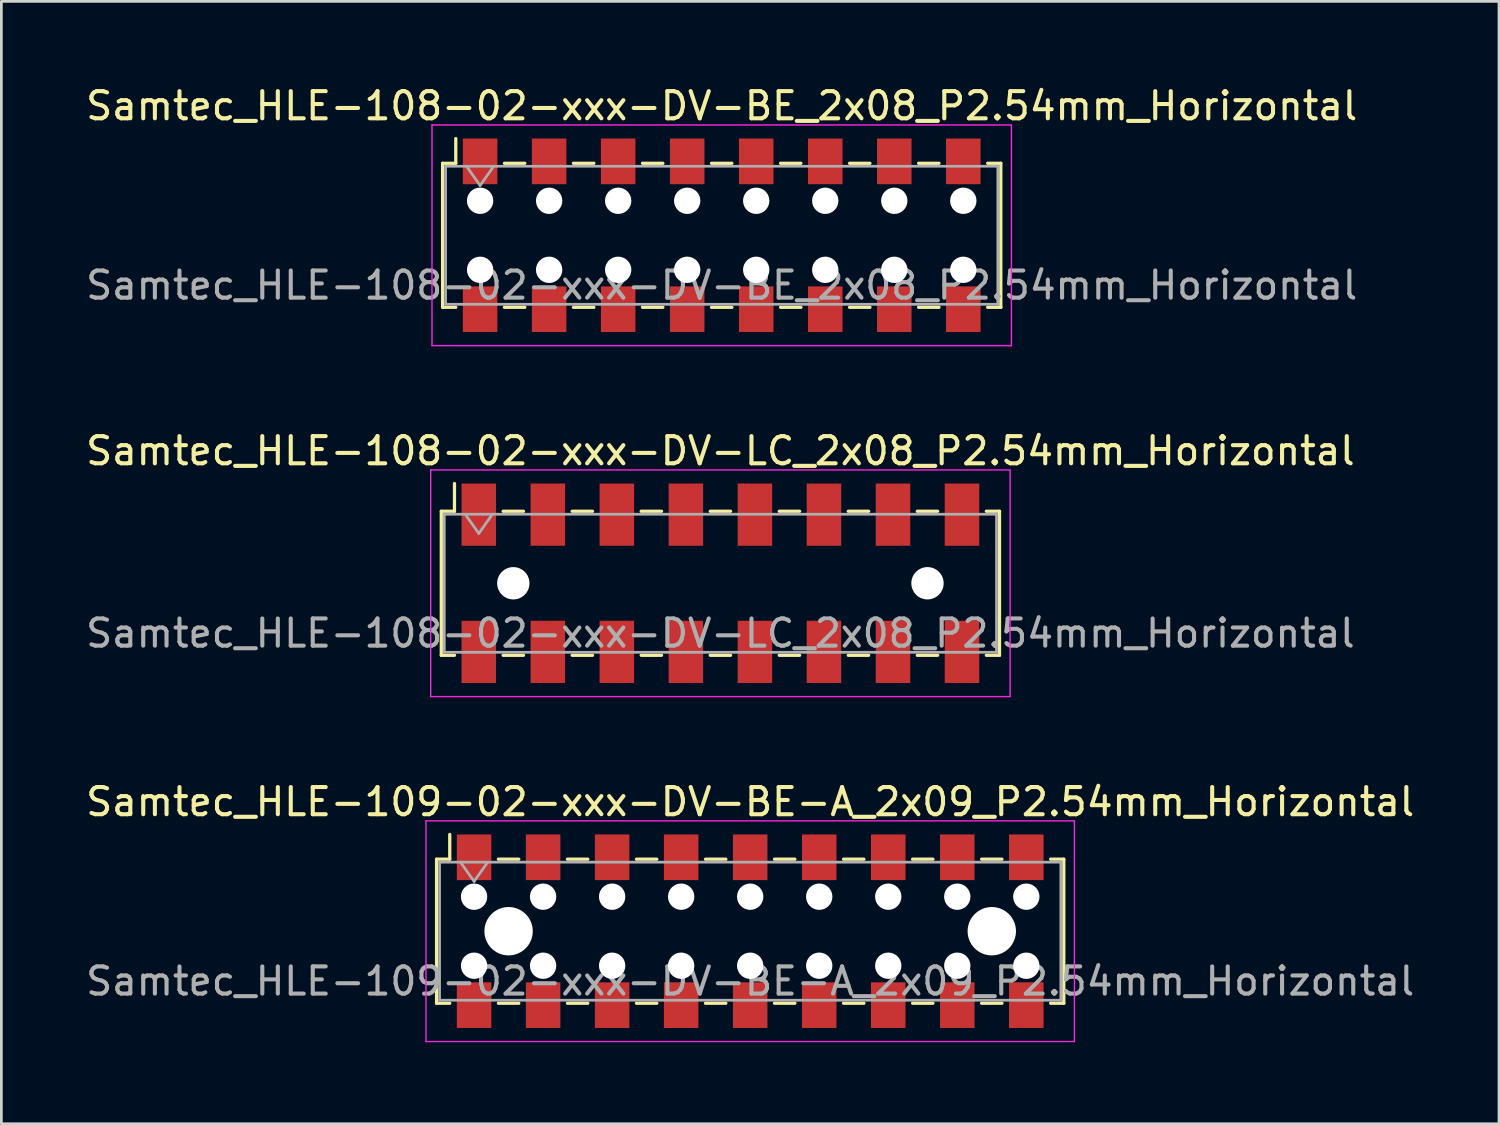
<source format=kicad_pcb>
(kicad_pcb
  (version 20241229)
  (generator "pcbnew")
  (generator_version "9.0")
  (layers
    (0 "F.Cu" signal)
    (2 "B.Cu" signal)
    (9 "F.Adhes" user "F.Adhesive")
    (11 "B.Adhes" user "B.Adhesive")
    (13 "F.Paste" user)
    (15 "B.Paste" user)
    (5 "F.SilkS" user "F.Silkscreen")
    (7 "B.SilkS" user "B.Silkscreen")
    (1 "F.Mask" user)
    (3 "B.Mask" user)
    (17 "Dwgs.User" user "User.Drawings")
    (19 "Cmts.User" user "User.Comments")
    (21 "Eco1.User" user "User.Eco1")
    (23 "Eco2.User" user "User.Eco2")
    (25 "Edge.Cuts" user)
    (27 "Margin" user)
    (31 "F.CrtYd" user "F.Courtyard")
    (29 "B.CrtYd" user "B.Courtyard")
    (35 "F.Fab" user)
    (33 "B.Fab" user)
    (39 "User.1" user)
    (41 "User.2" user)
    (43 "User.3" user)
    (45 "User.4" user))
  (footprint "Samtec_HLE-108-02-xxx-DV-BE_2x08_P2.54mm_Horizontal"
    (layer "F.Cu")
    (at 23.506 5.608)
    (property "Reference" "Samtec_HLE-108-02-xxx-DV-BE_2x08_P2.54mm_Horizontal" (at 0 -4.76 0) (layer "F.SilkS") (effects (font (size 1 1) (thickness 0.15))))
    (attr smd)
    (fp_line (start -10.27 -2.65) (end -10.27 2.65) (stroke (width 0.12) (type solid)) (layer "F.SilkS"))
    (fp_line (start -10.27 2.65) (end -9.785 2.65) (stroke (width 0.12) (type solid)) (layer "F.SilkS"))
    (fp_line (start -9.785 -3.56) (end -9.785 -2.65) (stroke (width 0.12) (type solid)) (layer "F.SilkS"))
    (fp_line (start -9.785 -2.65) (end -10.27 -2.65) (stroke (width 0.12) (type solid)) (layer "F.SilkS"))
    (fp_line (start -7.995 -2.65) (end -7.245 -2.65) (stroke (width 0.12) (type solid)) (layer "F.SilkS"))
    (fp_line (start -7.995 2.65) (end -7.245 2.65) (stroke (width 0.12) (type solid)) (layer "F.SilkS"))
    (fp_line (start -5.455 -2.65) (end -4.705 -2.65) (stroke (width 0.12) (type solid)) (layer "F.SilkS"))
    (fp_line (start -5.455 2.65) (end -4.705 2.65) (stroke (width 0.12) (type solid)) (layer "F.SilkS"))
    (fp_line (start -2.915 -2.65) (end -2.165 -2.65) (stroke (width 0.12) (type solid)) (layer "F.SilkS"))
    (fp_line (start -2.915 2.65) (end -2.165 2.65) (stroke (width 0.12) (type solid)) (layer "F.SilkS"))
    (fp_line (start -0.375 -2.65) (end 0.375 -2.65) (stroke (width 0.12) (type solid)) (layer "F.SilkS"))
    (fp_line (start -0.375 2.65) (end 0.375 2.65) (stroke (width 0.12) (type solid)) (layer "F.SilkS"))
    (fp_line (start 2.165 -2.65) (end 2.915 -2.65) (stroke (width 0.12) (type solid)) (layer "F.SilkS"))
    (fp_line (start 2.165 2.65) (end 2.915 2.65) (stroke (width 0.12) (type solid)) (layer "F.SilkS"))
    (fp_line (start 4.705 -2.65) (end 5.455 -2.65) (stroke (width 0.12) (type solid)) (layer "F.SilkS"))
    (fp_line (start 4.705 2.65) (end 5.455 2.65) (stroke (width 0.12) (type solid)) (layer "F.SilkS"))
    (fp_line (start 7.245 -2.65) (end 7.995 -2.65) (stroke (width 0.12) (type solid)) (layer "F.SilkS"))
    (fp_line (start 7.245 2.65) (end 7.995 2.65) (stroke (width 0.12) (type solid)) (layer "F.SilkS"))
    (fp_line (start 9.785 -2.65) (end 10.27 -2.65) (stroke (width 0.12) (type solid)) (layer "F.SilkS"))
    (fp_line (start 10.27 -2.65) (end 10.27 2.65) (stroke (width 0.12) (type solid)) (layer "F.SilkS"))
    (fp_line (start 10.27 2.65) (end 9.785 2.65) (stroke (width 0.12) (type solid)) (layer "F.SilkS"))
    (fp_line (start -10.66 -4.06) (end 10.66 -4.06) (stroke (width 0.05) (type solid)) (layer "F.CrtYd"))
    (fp_line (start -10.66 4.06) (end -10.66 -4.06) (stroke (width 0.05) (type solid)) (layer "F.CrtYd"))
    (fp_line (start 10.66 -4.06) (end 10.66 4.06) (stroke (width 0.05) (type solid)) (layer "F.CrtYd"))
    (fp_line (start 10.66 4.06) (end -10.66 4.06) (stroke (width 0.05) (type solid)) (layer "F.CrtYd"))
    (fp_line (start -10.16 -2.54) (end 10.16 -2.54) (stroke (width 0.1) (type solid)) (layer "F.Fab"))
    (fp_line (start -10.16 2.54) (end -10.16 -2.54) (stroke (width 0.1) (type solid)) (layer "F.Fab"))
    (fp_line (start -9.39 -2.54) (end -8.89 -1.833) (stroke (width 0.1) (type solid)) (layer "F.Fab"))
    (fp_line (start -8.89 -1.833) (end -8.39 -2.54) (stroke (width 0.1) (type solid)) (layer "F.Fab"))
    (fp_line (start 10.16 -2.54) (end 10.16 2.54) (stroke (width 0.1) (type solid)) (layer "F.Fab"))
    (fp_line (start 10.16 2.54) (end -10.16 2.54) (stroke (width 0.1) (type solid)) (layer "F.Fab"))
    (fp_text user "${REFERENCE}" (at 0 1.84 0) (layer "F.Fab") (effects (font (size 1 1) (thickness 0.15))))
    (pad "" np_thru_hole circle (at -8.89 -1.27) (size 0.97 0.97) (drill 0.97) (layers "*.Cu" "*.Mask"))
    (pad "" np_thru_hole circle (at -8.89 1.27) (size 0.97 0.97) (drill 0.97) (layers "*.Cu" "*.Mask"))
    (pad "" np_thru_hole circle (at -6.35 -1.27) (size 0.97 0.97) (drill 0.97) (layers "*.Cu" "*.Mask"))
    (pad "" np_thru_hole circle (at -6.35 1.27) (size 0.97 0.97) (drill 0.97) (layers "*.Cu" "*.Mask"))
    (pad "" np_thru_hole circle (at -3.81 -1.27) (size 0.97 0.97) (drill 0.97) (layers "*.Cu" "*.Mask"))
    (pad "" np_thru_hole circle (at -3.81 1.27) (size 0.97 0.97) (drill 0.97) (layers "*.Cu" "*.Mask"))
    (pad "" np_thru_hole circle (at -1.27 -1.27) (size 0.97 0.97) (drill 0.97) (layers "*.Cu" "*.Mask"))
    (pad "" np_thru_hole circle (at -1.27 1.27) (size 0.97 0.97) (drill 0.97) (layers "*.Cu" "*.Mask"))
    (pad "" np_thru_hole circle (at 1.27 -1.27) (size 0.97 0.97) (drill 0.97) (layers "*.Cu" "*.Mask"))
    (pad "" np_thru_hole circle (at 1.27 1.27) (size 0.97 0.97) (drill 0.97) (layers "*.Cu" "*.Mask"))
    (pad "" np_thru_hole circle (at 3.81 -1.27) (size 0.97 0.97) (drill 0.97) (layers "*.Cu" "*.Mask"))
    (pad "" np_thru_hole circle (at 3.81 1.27) (size 0.97 0.97) (drill 0.97) (layers "*.Cu" "*.Mask"))
    (pad "" np_thru_hole circle (at 6.35 -1.27) (size 0.97 0.97) (drill 0.97) (layers "*.Cu" "*.Mask"))
    (pad "" np_thru_hole circle (at 6.35 1.27) (size 0.97 0.97) (drill 0.97) (layers "*.Cu" "*.Mask"))
    (pad "" np_thru_hole circle (at 8.89 -1.27) (size 0.97 0.97) (drill 0.97) (layers "*.Cu" "*.Mask"))
    (pad "" np_thru_hole circle (at 8.89 1.27) (size 0.97 0.97) (drill 0.97) (layers "*.Cu" "*.Mask"))
    (pad "1" smd rect (at -8.89 -2.72) (size 1.27 1.68) (layers "F.Cu" "F.Mask" "F.Paste"))
    (pad "2" smd rect (at -8.89 2.72) (size 1.27 1.68) (layers "F.Cu" "F.Mask" "F.Paste"))
    (pad "3" smd rect (at -6.35 -2.72) (size 1.27 1.68) (layers "F.Cu" "F.Mask" "F.Paste"))
    (pad "4" smd rect (at -6.35 2.72) (size 1.27 1.68) (layers "F.Cu" "F.Mask" "F.Paste"))
    (pad "5" smd rect (at -3.81 -2.72) (size 1.27 1.68) (layers "F.Cu" "F.Mask" "F.Paste"))
    (pad "6" smd rect (at -3.81 2.72) (size 1.27 1.68) (layers "F.Cu" "F.Mask" "F.Paste"))
    (pad "7" smd rect (at -1.27 -2.72) (size 1.27 1.68) (layers "F.Cu" "F.Mask" "F.Paste"))
    (pad "8" smd rect (at -1.27 2.72) (size 1.27 1.68) (layers "F.Cu" "F.Mask" "F.Paste"))
    (pad "9" smd rect (at 1.27 -2.72) (size 1.27 1.68) (layers "F.Cu" "F.Mask" "F.Paste"))
    (pad "10" smd rect (at 1.27 2.72) (size 1.27 1.68) (layers "F.Cu" "F.Mask" "F.Paste"))
    (pad "11" smd rect (at 3.81 -2.72) (size 1.27 1.68) (layers "F.Cu" "F.Mask" "F.Paste"))
    (pad "12" smd rect (at 3.81 2.72) (size 1.27 1.68) (layers "F.Cu" "F.Mask" "F.Paste"))
    (pad "13" smd rect (at 6.35 -2.72) (size 1.27 1.68) (layers "F.Cu" "F.Mask" "F.Paste"))
    (pad "14" smd rect (at 6.35 2.72) (size 1.27 1.68) (layers "F.Cu" "F.Mask" "F.Paste"))
    (pad "15" smd rect (at 8.89 -2.72) (size 1.27 1.68) (layers "F.Cu" "F.Mask" "F.Paste"))
    (pad "16" smd rect (at 8.89 2.72) (size 1.27 1.68) (layers "F.Cu" "F.Mask" "F.Paste")))
  (footprint "Samtec_HLE-108-02-xxx-DV-LC_2x08_P2.54mm_Horizontal"
    (layer "F.Cu")
    (at 23.458 18.412)
    (property "Reference" "Samtec_HLE-108-02-xxx-DV-LC_2x08_P2.54mm_Horizontal" (at 0 -4.87 0) (layer "F.SilkS") (effects (font (size 1 1) (thickness 0.15))))
    (attr smd)
    (fp_line (start -10.27 -2.65) (end -10.27 2.65) (stroke (width 0.12) (type solid)) (layer "F.SilkS"))
    (fp_line (start -10.27 2.65) (end -9.785 2.65) (stroke (width 0.12) (type solid)) (layer "F.SilkS"))
    (fp_line (start -9.785 -3.67) (end -9.785 -2.65) (stroke (width 0.12) (type solid)) (layer "F.SilkS"))
    (fp_line (start -9.785 -2.65) (end -10.27 -2.65) (stroke (width 0.12) (type solid)) (layer "F.SilkS"))
    (fp_line (start -7.995 -2.65) (end -7.245 -2.65) (stroke (width 0.12) (type solid)) (layer "F.SilkS"))
    (fp_line (start -7.995 2.65) (end -7.245 2.65) (stroke (width 0.12) (type solid)) (layer "F.SilkS"))
    (fp_line (start -5.455 -2.65) (end -4.705 -2.65) (stroke (width 0.12) (type solid)) (layer "F.SilkS"))
    (fp_line (start -5.455 2.65) (end -4.705 2.65) (stroke (width 0.12) (type solid)) (layer "F.SilkS"))
    (fp_line (start -2.915 -2.65) (end -2.165 -2.65) (stroke (width 0.12) (type solid)) (layer "F.SilkS"))
    (fp_line (start -2.915 2.65) (end -2.165 2.65) (stroke (width 0.12) (type solid)) (layer "F.SilkS"))
    (fp_line (start -0.375 -2.65) (end 0.375 -2.65) (stroke (width 0.12) (type solid)) (layer "F.SilkS"))
    (fp_line (start -0.375 2.65) (end 0.375 2.65) (stroke (width 0.12) (type solid)) (layer "F.SilkS"))
    (fp_line (start 2.165 -2.65) (end 2.915 -2.65) (stroke (width 0.12) (type solid)) (layer "F.SilkS"))
    (fp_line (start 2.165 2.65) (end 2.915 2.65) (stroke (width 0.12) (type solid)) (layer "F.SilkS"))
    (fp_line (start 4.705 -2.65) (end 5.455 -2.65) (stroke (width 0.12) (type solid)) (layer "F.SilkS"))
    (fp_line (start 4.705 2.65) (end 5.455 2.65) (stroke (width 0.12) (type solid)) (layer "F.SilkS"))
    (fp_line (start 7.245 -2.65) (end 7.995 -2.65) (stroke (width 0.12) (type solid)) (layer "F.SilkS"))
    (fp_line (start 7.245 2.65) (end 7.995 2.65) (stroke (width 0.12) (type solid)) (layer "F.SilkS"))
    (fp_line (start 9.785 -2.65) (end 10.27 -2.65) (stroke (width 0.12) (type solid)) (layer "F.SilkS"))
    (fp_line (start 10.27 -2.65) (end 10.27 2.65) (stroke (width 0.12) (type solid)) (layer "F.SilkS"))
    (fp_line (start 10.27 2.65) (end 9.785 2.65) (stroke (width 0.12) (type solid)) (layer "F.SilkS"))
    (fp_line (start -10.66 -4.17) (end 10.66 -4.17) (stroke (width 0.05) (type solid)) (layer "F.CrtYd"))
    (fp_line (start -10.66 4.17) (end -10.66 -4.17) (stroke (width 0.05) (type solid)) (layer "F.CrtYd"))
    (fp_line (start 10.66 -4.17) (end 10.66 4.17) (stroke (width 0.05) (type solid)) (layer "F.CrtYd"))
    (fp_line (start 10.66 4.17) (end -10.66 4.17) (stroke (width 0.05) (type solid)) (layer "F.CrtYd"))
    (fp_line (start -10.16 -2.54) (end 10.16 -2.54) (stroke (width 0.1) (type solid)) (layer "F.Fab"))
    (fp_line (start -10.16 2.54) (end -10.16 -2.54) (stroke (width 0.1) (type solid)) (layer "F.Fab"))
    (fp_line (start -9.39 -2.54) (end -8.89 -1.833) (stroke (width 0.1) (type solid)) (layer "F.Fab"))
    (fp_line (start -8.89 -1.833) (end -8.39 -2.54) (stroke (width 0.1) (type solid)) (layer "F.Fab"))
    (fp_line (start 10.16 -2.54) (end 10.16 2.54) (stroke (width 0.1) (type solid)) (layer "F.Fab"))
    (fp_line (start 10.16 2.54) (end -10.16 2.54) (stroke (width 0.1) (type solid)) (layer "F.Fab"))
    (fp_text user "${REFERENCE}" (at 0 1.84 0) (layer "F.Fab") (effects (font (size 1 1) (thickness 0.15))))
    (pad "" np_thru_hole circle (at -7.62 0) (size 1.19 1.19) (drill 1.19) (layers "*.Cu" "*.Mask"))
    (pad "" np_thru_hole circle (at 7.62 0) (size 1.19 1.19) (drill 1.19) (layers "*.Cu" "*.Mask"))
    (pad "1" smd rect (at -8.89 -2.525) (size 1.27 2.29) (layers "F.Cu" "F.Mask" "F.Paste"))
    (pad "2" smd rect (at -8.89 2.525) (size 1.27 2.29) (layers "F.Cu" "F.Mask" "F.Paste"))
    (pad "3" smd rect (at -6.35 -2.525) (size 1.27 2.29) (layers "F.Cu" "F.Mask" "F.Paste"))
    (pad "4" smd rect (at -6.35 2.525) (size 1.27 2.29) (layers "F.Cu" "F.Mask" "F.Paste"))
    (pad "5" smd rect (at -3.81 -2.525) (size 1.27 2.29) (layers "F.Cu" "F.Mask" "F.Paste"))
    (pad "6" smd rect (at -3.81 2.525) (size 1.27 2.29) (layers "F.Cu" "F.Mask" "F.Paste"))
    (pad "7" smd rect (at -1.27 -2.525) (size 1.27 2.29) (layers "F.Cu" "F.Mask" "F.Paste"))
    (pad "8" smd rect (at -1.27 2.525) (size 1.27 2.29) (layers "F.Cu" "F.Mask" "F.Paste"))
    (pad "9" smd rect (at 1.27 -2.525) (size 1.27 2.29) (layers "F.Cu" "F.Mask" "F.Paste"))
    (pad "10" smd rect (at 1.27 2.525) (size 1.27 2.29) (layers "F.Cu" "F.Mask" "F.Paste"))
    (pad "11" smd rect (at 3.81 -2.525) (size 1.27 2.29) (layers "F.Cu" "F.Mask" "F.Paste"))
    (pad "12" smd rect (at 3.81 2.525) (size 1.27 2.29) (layers "F.Cu" "F.Mask" "F.Paste"))
    (pad "13" smd rect (at 6.35 -2.525) (size 1.27 2.29) (layers "F.Cu" "F.Mask" "F.Paste"))
    (pad "14" smd rect (at 6.35 2.525) (size 1.27 2.29) (layers "F.Cu" "F.Mask" "F.Paste"))
    (pad "15" smd rect (at 8.89 -2.525) (size 1.27 2.29) (layers "F.Cu" "F.Mask" "F.Paste"))
    (pad "16" smd rect (at 8.89 2.525) (size 1.27 2.29) (layers "F.Cu" "F.Mask" "F.Paste")))
  (footprint "Samtec_HLE-109-02-xxx-DV-BE-A_2x09_P2.54mm_Horizontal"
    (layer "F.Cu")
    (at 24.554 31.215)
    (property "Reference" "Samtec_HLE-109-02-xxx-DV-BE-A_2x09_P2.54mm_Horizontal" (at 0 -4.76 0) (layer "F.SilkS") (effects (font (size 1 1) (thickness 0.15))))
    (attr smd)
    (fp_line (start -11.54 -2.65) (end -11.54 2.65) (stroke (width 0.12) (type solid)) (layer "F.SilkS"))
    (fp_line (start -11.54 2.65) (end -11.055 2.65) (stroke (width 0.12) (type solid)) (layer "F.SilkS"))
    (fp_line (start -11.055 -3.56) (end -11.055 -2.65) (stroke (width 0.12) (type solid)) (layer "F.SilkS"))
    (fp_line (start -11.055 -2.65) (end -11.54 -2.65) (stroke (width 0.12) (type solid)) (layer "F.SilkS"))
    (fp_line (start -9.265 -2.65) (end -8.515 -2.65) (stroke (width 0.12) (type solid)) (layer "F.SilkS"))
    (fp_line (start -9.265 2.65) (end -8.515 2.65) (stroke (width 0.12) (type solid)) (layer "F.SilkS"))
    (fp_line (start -6.725 -2.65) (end -5.975 -2.65) (stroke (width 0.12) (type solid)) (layer "F.SilkS"))
    (fp_line (start -6.725 2.65) (end -5.975 2.65) (stroke (width 0.12) (type solid)) (layer "F.SilkS"))
    (fp_line (start -4.185 -2.65) (end -3.435 -2.65) (stroke (width 0.12) (type solid)) (layer "F.SilkS"))
    (fp_line (start -4.185 2.65) (end -3.435 2.65) (stroke (width 0.12) (type solid)) (layer "F.SilkS"))
    (fp_line (start -1.645 -2.65) (end -0.895 -2.65) (stroke (width 0.12) (type solid)) (layer "F.SilkS"))
    (fp_line (start -1.645 2.65) (end -0.895 2.65) (stroke (width 0.12) (type solid)) (layer "F.SilkS"))
    (fp_line (start 0.895 -2.65) (end 1.645 -2.65) (stroke (width 0.12) (type solid)) (layer "F.SilkS"))
    (fp_line (start 0.895 2.65) (end 1.645 2.65) (stroke (width 0.12) (type solid)) (layer "F.SilkS"))
    (fp_line (start 3.435 -2.65) (end 4.185 -2.65) (stroke (width 0.12) (type solid)) (layer "F.SilkS"))
    (fp_line (start 3.435 2.65) (end 4.185 2.65) (stroke (width 0.12) (type solid)) (layer "F.SilkS"))
    (fp_line (start 5.975 -2.65) (end 6.725 -2.65) (stroke (width 0.12) (type solid)) (layer "F.SilkS"))
    (fp_line (start 5.975 2.65) (end 6.725 2.65) (stroke (width 0.12) (type solid)) (layer "F.SilkS"))
    (fp_line (start 8.515 -2.65) (end 9.265 -2.65) (stroke (width 0.12) (type solid)) (layer "F.SilkS"))
    (fp_line (start 8.515 2.65) (end 9.265 2.65) (stroke (width 0.12) (type solid)) (layer "F.SilkS"))
    (fp_line (start 11.055 -2.65) (end 11.54 -2.65) (stroke (width 0.12) (type solid)) (layer "F.SilkS"))
    (fp_line (start 11.54 -2.65) (end 11.54 2.65) (stroke (width 0.12) (type solid)) (layer "F.SilkS"))
    (fp_line (start 11.54 2.65) (end 11.055 2.65) (stroke (width 0.12) (type solid)) (layer "F.SilkS"))
    (fp_line (start -11.93 -4.06) (end 11.93 -4.06) (stroke (width 0.05) (type solid)) (layer "F.CrtYd"))
    (fp_line (start -11.93 4.06) (end -11.93 -4.06) (stroke (width 0.05) (type solid)) (layer "F.CrtYd"))
    (fp_line (start 11.93 -4.06) (end 11.93 4.06) (stroke (width 0.05) (type solid)) (layer "F.CrtYd"))
    (fp_line (start 11.93 4.06) (end -11.93 4.06) (stroke (width 0.05) (type solid)) (layer "F.CrtYd"))
    (fp_line (start -11.43 -2.54) (end 11.43 -2.54) (stroke (width 0.1) (type solid)) (layer "F.Fab"))
    (fp_line (start -11.43 2.54) (end -11.43 -2.54) (stroke (width 0.1) (type solid)) (layer "F.Fab"))
    (fp_line (start -10.66 -2.54) (end -10.16 -1.833) (stroke (width 0.1) (type solid)) (layer "F.Fab"))
    (fp_line (start -10.16 -1.833) (end -9.66 -2.54) (stroke (width 0.1) (type solid)) (layer "F.Fab"))
    (fp_line (start 11.43 -2.54) (end 11.43 2.54) (stroke (width 0.1) (type solid)) (layer "F.Fab"))
    (fp_line (start 11.43 2.54) (end -11.43 2.54) (stroke (width 0.1) (type solid)) (layer "F.Fab"))
    (fp_text user "${REFERENCE}" (at 0 1.84 0) (layer "F.Fab") (effects (font (size 1 1) (thickness 0.15))))
    (pad "" np_thru_hole circle (at -10.16 -1.27) (size 0.97 0.97) (drill 0.97) (layers "*.Cu" "*.Mask"))
    (pad "" np_thru_hole circle (at -10.16 1.27) (size 0.97 0.97) (drill 0.97) (layers "*.Cu" "*.Mask"))
    (pad "" np_thru_hole circle (at -8.89 0) (size 1.78 1.78) (drill 1.78) (layers "*.Cu" "*.Mask"))
    (pad "" np_thru_hole circle (at -7.62 -1.27) (size 0.97 0.97) (drill 0.97) (layers "*.Cu" "*.Mask"))
    (pad "" np_thru_hole circle (at -7.62 1.27) (size 0.97 0.97) (drill 0.97) (layers "*.Cu" "*.Mask"))
    (pad "" np_thru_hole circle (at -5.08 -1.27) (size 0.97 0.97) (drill 0.97) (layers "*.Cu" "*.Mask"))
    (pad "" np_thru_hole circle (at -5.08 1.27) (size 0.97 0.97) (drill 0.97) (layers "*.Cu" "*.Mask"))
    (pad "" np_thru_hole circle (at -2.54 -1.27) (size 0.97 0.97) (drill 0.97) (layers "*.Cu" "*.Mask"))
    (pad "" np_thru_hole circle (at -2.54 1.27) (size 0.97 0.97) (drill 0.97) (layers "*.Cu" "*.Mask"))
    (pad "" np_thru_hole circle (at 0 -1.27) (size 0.97 0.97) (drill 0.97) (layers "*.Cu" "*.Mask"))
    (pad "" np_thru_hole circle (at 0 1.27) (size 0.97 0.97) (drill 0.97) (layers "*.Cu" "*.Mask"))
    (pad "" np_thru_hole circle (at 2.54 -1.27) (size 0.97 0.97) (drill 0.97) (layers "*.Cu" "*.Mask"))
    (pad "" np_thru_hole circle (at 2.54 1.27) (size 0.97 0.97) (drill 0.97) (layers "*.Cu" "*.Mask"))
    (pad "" np_thru_hole circle (at 5.08 -1.27) (size 0.97 0.97) (drill 0.97) (layers "*.Cu" "*.Mask"))
    (pad "" np_thru_hole circle (at 5.08 1.27) (size 0.97 0.97) (drill 0.97) (layers "*.Cu" "*.Mask"))
    (pad "" np_thru_hole circle (at 7.62 -1.27) (size 0.97 0.97) (drill 0.97) (layers "*.Cu" "*.Mask"))
    (pad "" np_thru_hole circle (at 7.62 1.27) (size 0.97 0.97) (drill 0.97) (layers "*.Cu" "*.Mask"))
    (pad "" np_thru_hole circle (at 8.89 0) (size 1.78 1.78) (drill 1.78) (layers "*.Cu" "*.Mask"))
    (pad "" np_thru_hole circle (at 10.16 -1.27) (size 0.97 0.97) (drill 0.97) (layers "*.Cu" "*.Mask"))
    (pad "" np_thru_hole circle (at 10.16 1.27) (size 0.97 0.97) (drill 0.97) (layers "*.Cu" "*.Mask"))
    (pad "1" smd rect (at -10.16 -2.72) (size 1.27 1.68) (layers "F.Cu" "F.Mask" "F.Paste"))
    (pad "2" smd rect (at -10.16 2.72) (size 1.27 1.68) (layers "F.Cu" "F.Mask" "F.Paste"))
    (pad "3" smd rect (at -7.62 -2.72) (size 1.27 1.68) (layers "F.Cu" "F.Mask" "F.Paste"))
    (pad "4" smd rect (at -7.62 2.72) (size 1.27 1.68) (layers "F.Cu" "F.Mask" "F.Paste"))
    (pad "5" smd rect (at -5.08 -2.72) (size 1.27 1.68) (layers "F.Cu" "F.Mask" "F.Paste"))
    (pad "6" smd rect (at -5.08 2.72) (size 1.27 1.68) (layers "F.Cu" "F.Mask" "F.Paste"))
    (pad "7" smd rect (at -2.54 -2.72) (size 1.27 1.68) (layers "F.Cu" "F.Mask" "F.Paste"))
    (pad "8" smd rect (at -2.54 2.72) (size 1.27 1.68) (layers "F.Cu" "F.Mask" "F.Paste"))
    (pad "9" smd rect (at 0 -2.72) (size 1.27 1.68) (layers "F.Cu" "F.Mask" "F.Paste"))
    (pad "10" smd rect (at 0 2.72) (size 1.27 1.68) (layers "F.Cu" "F.Mask" "F.Paste"))
    (pad "11" smd rect (at 2.54 -2.72) (size 1.27 1.68) (layers "F.Cu" "F.Mask" "F.Paste"))
    (pad "12" smd rect (at 2.54 2.72) (size 1.27 1.68) (layers "F.Cu" "F.Mask" "F.Paste"))
    (pad "13" smd rect (at 5.08 -2.72) (size 1.27 1.68) (layers "F.Cu" "F.Mask" "F.Paste"))
    (pad "14" smd rect (at 5.08 2.72) (size 1.27 1.68) (layers "F.Cu" "F.Mask" "F.Paste"))
    (pad "15" smd rect (at 7.62 -2.72) (size 1.27 1.68) (layers "F.Cu" "F.Mask" "F.Paste"))
    (pad "16" smd rect (at 7.62 2.72) (size 1.27 1.68) (layers "F.Cu" "F.Mask" "F.Paste"))
    (pad "17" smd rect (at 10.16 -2.72) (size 1.27 1.68) (layers "F.Cu" "F.Mask" "F.Paste"))
    (pad "18" smd rect (at 10.16 2.72) (size 1.27 1.68) (layers "F.Cu" "F.Mask" "F.Paste")))
  (gr_rect
    (start -3 -3)
    (end 52.107 38.3)
    (stroke (width 0.1) (type default))
    (fill no)
    (layer "Edge.Cuts")))
</source>
